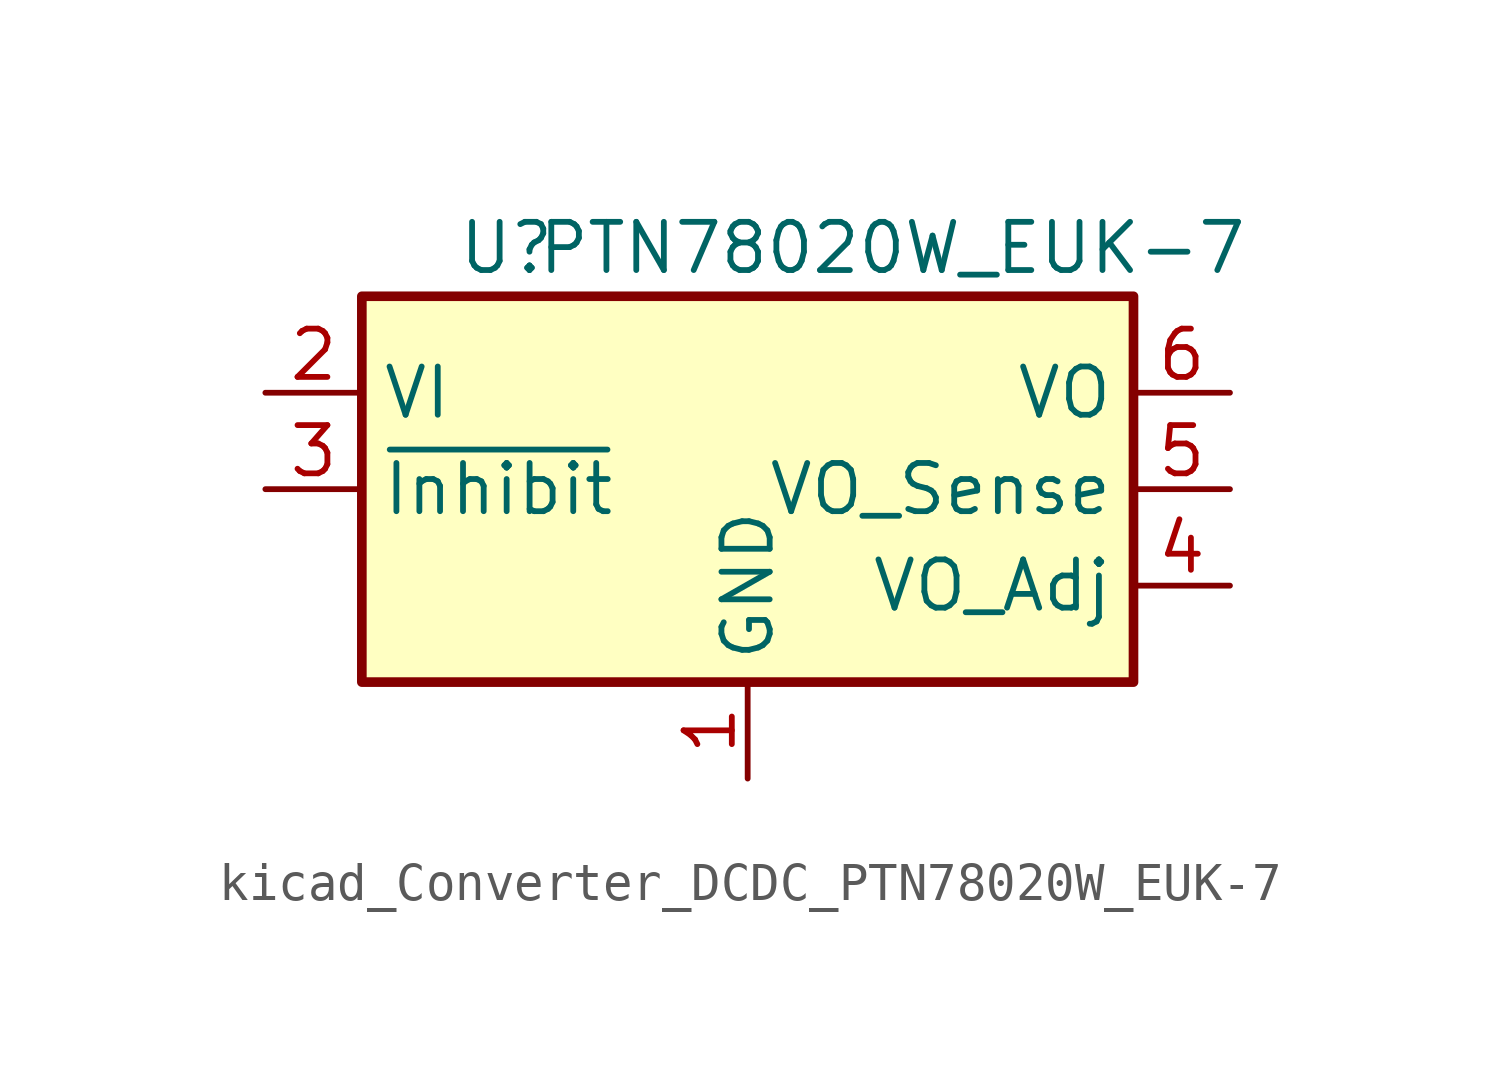
<source format=kicad_sym>
(kicad_symbol_lib
  (version 20220914)
  (generator kicad_symbol_editor)
  (symbol "kicad_Converter_DCDC_PTN78020W_EUK-7"
    (property "Reference" "U"
      (at -6.35 6.35 0)
      (effects (font (size 1.27 1.27))))
    (property "Value" "PTN78020W_EUK-7"
      (at 3.81 6.35 0)
      (effects (font (size 1.27 1.27))))
    (symbol "kicad_Converter_DCDC_PTN78020W_EUK-7_0_1"
      (rectangle (start -10.16 5.08) (end 10.16 -5.08) (stroke (width 0.254) (type default)) (fill (type background))))
    (symbol "kicad_Converter_DCDC_PTN78020W_EUK-7_1_1"
      (pin power_in line (at 0 -7.62 90) (length 2.54) (name "GND" (effects (font (size 1.27 1.27)))) (number "1" (effects (font (size 1.27 1.27)))))
      (pin power_in line (at -12.7 2.54 0) (length 2.54) (name "VI" (effects (font (size 1.27 1.27)))) (number "2" (effects (font (size 1.27 1.27)))))
      (pin input line (at -12.7 0 0) (length 2.54) (name "~{Inhibit}" (effects (font (size 1.27 1.27)))) (number "3" (effects (font (size 1.27 1.27)))))
      (pin input line (at 12.7 -2.54 180) (length 2.54) (name "VO_Adj" (effects (font (size 1.27 1.27)))) (number "4" (effects (font (size 1.27 1.27)))))
      (pin power_out line (at 12.7 0 180) (length 2.54) (name "VO_Sense" (effects (font (size 1.27 1.27)))) (number "5" (effects (font (size 1.27 1.27)))))
      (pin power_out line (at 12.7 2.54 180) (length 2.54) (name "VO" (effects (font (size 1.27 1.27)))) (number "6" (effects (font (size 1.27 1.27)))))
      (pin passive line (at 0 -7.62 90) (length 2.54) hide (name "GND" (effects (font (size 1.27 1.27)))) (number "7" (effects (font (size 1.27 1.27))))))))
</source>
